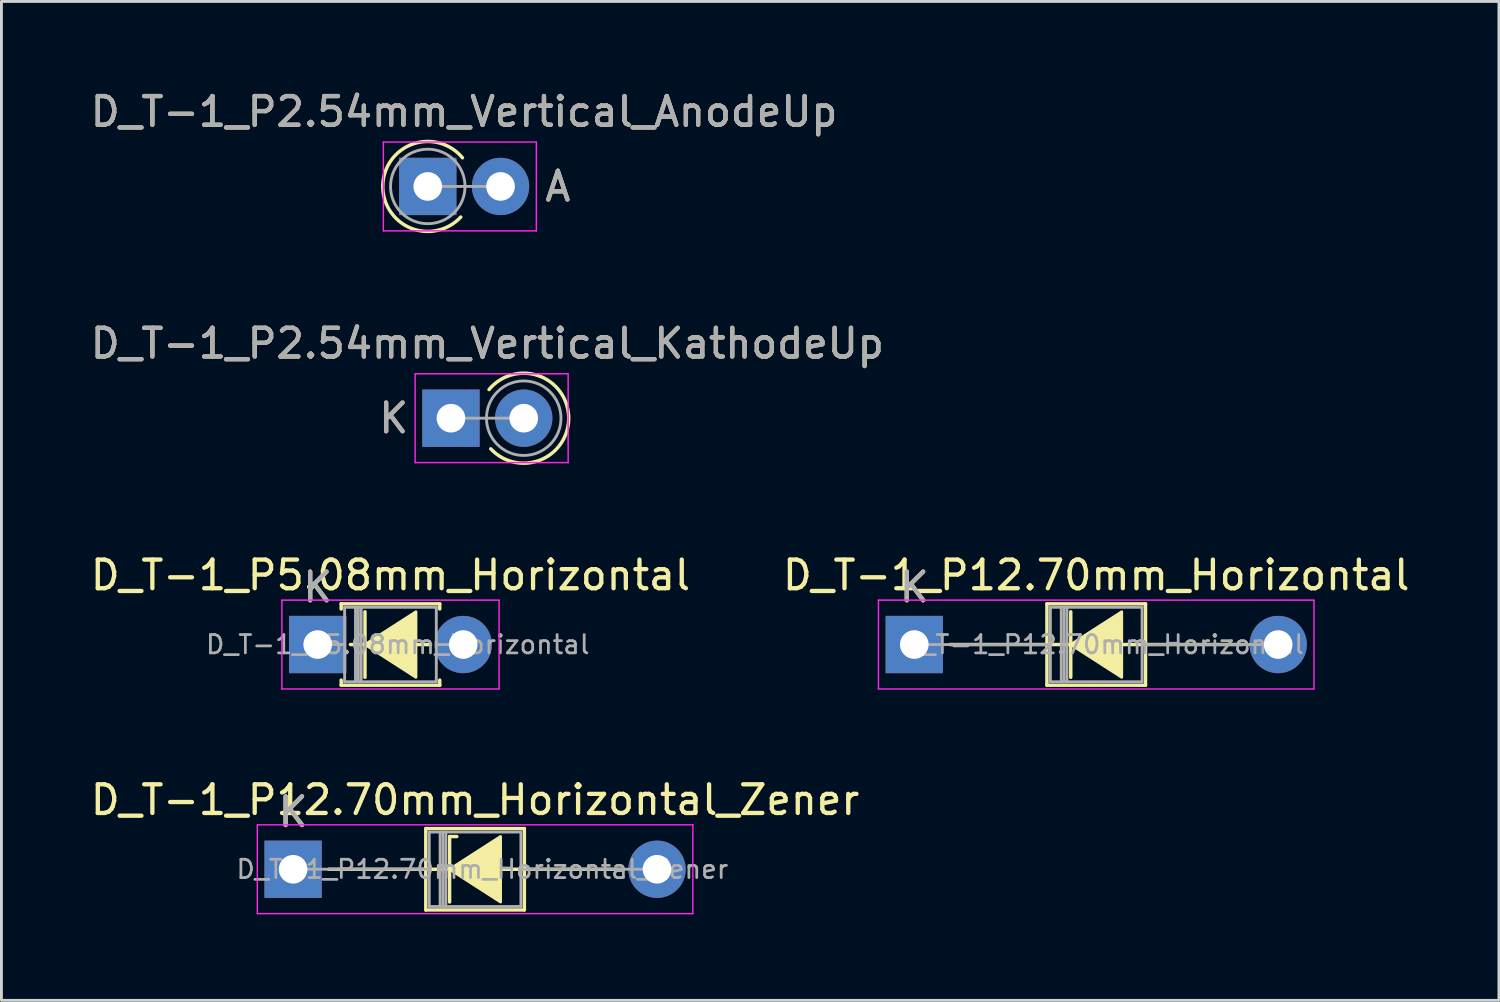
<source format=kicad_pcb>
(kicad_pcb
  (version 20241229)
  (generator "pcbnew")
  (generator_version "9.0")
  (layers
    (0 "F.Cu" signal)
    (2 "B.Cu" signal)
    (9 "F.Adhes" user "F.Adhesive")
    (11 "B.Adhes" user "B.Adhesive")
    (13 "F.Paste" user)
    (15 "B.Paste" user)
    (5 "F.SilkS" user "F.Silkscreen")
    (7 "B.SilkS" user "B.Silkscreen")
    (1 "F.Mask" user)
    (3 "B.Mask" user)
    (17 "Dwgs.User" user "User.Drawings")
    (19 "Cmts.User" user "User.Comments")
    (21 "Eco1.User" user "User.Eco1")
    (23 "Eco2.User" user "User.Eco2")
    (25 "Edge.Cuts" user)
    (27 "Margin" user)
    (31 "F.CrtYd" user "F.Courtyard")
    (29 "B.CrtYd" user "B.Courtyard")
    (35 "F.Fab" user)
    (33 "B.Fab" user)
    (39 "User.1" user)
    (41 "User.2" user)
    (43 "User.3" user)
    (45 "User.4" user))
  (footprint "D_T-1_P2.54mm_Vertical_AnodeUp"
    (layer "F.Cu")
    (at 11.879 3.457)
    (property "Reference" "D_T-1_P2.54mm_Vertical_AnodeUp" (at 1.27 -2.609 0) (layer "F.SilkS") (effects (font (size 1 1) (thickness 0.15))))
    (attr through_hole)
    (fp_arc (start 1.151253 1.067982) (mid -1.56969 -0.045178) (end 1.210772 -1) (stroke (width 0.12) (type solid)) (layer "F.SilkS"))
    (fp_line (start -1.55 -1.55) (end -1.55 1.55) (stroke (width 0.05) (type solid)) (layer "F.CrtYd"))
    (fp_line (start -1.55 1.55) (end 3.79 1.55) (stroke (width 0.05) (type solid)) (layer "F.CrtYd"))
    (fp_line (start 3.79 -1.55) (end -1.55 -1.55) (stroke (width 0.05) (type solid)) (layer "F.CrtYd"))
    (fp_line (start 3.79 1.55) (end 3.79 -1.55) (stroke (width 0.05) (type solid)) (layer "F.CrtYd"))
    (fp_line (start 0 0) (end 2.54 0) (stroke (width 0.1) (type solid)) (layer "F.Fab"))
    (fp_circle (center 0 0) (end 1.3 0) (stroke (width 0.1) (type solid)) (fill no) (layer "F.Fab"))
    (fp_text user "A" (at 4.54 0 0) (layer "F.SilkS") (effects (font (size 1 1) (thickness 0.15))))
    (fp_text user "${REFERENCE}" (at 1.27 -2.609 0) (layer "F.Fab") (effects (font (size 1 1) (thickness 0.15))))
    (fp_text user "A" (at 4.54 0 0) (layer "F.Fab") (effects (font (size 1 1) (thickness 0.15))))
    (pad "1" thru_hole rect (at 0 0) (size 2 2) (drill 1) (layers "*.Cu" "*.Mask"))
    (pad "2" thru_hole oval (at 2.54 0) (size 2 2) (drill 1) (layers "*.Cu" "*.Mask")))
  (footprint "D_T-1_P5.08mm_Horizontal"
    (layer "F.Cu")
    (at 8.037 19.444)
    (property "Reference" "D_T-1_P5.08mm_Horizontal" (at 2.54 -2.42 0) (layer "F.SilkS") (effects (font (size 1 1) (thickness 0.15))))
    (attr through_hole)
    (fp_line (start 0.82 -1.42) (end 4.26 -1.42) (stroke (width 0.12) (type solid)) (layer "F.SilkS"))
    (fp_line (start 0.82 -1.24) (end 0.82 -1.42) (stroke (width 0.12) (type solid)) (layer "F.SilkS"))
    (fp_line (start 0.82 1.24) (end 0.82 1.42) (stroke (width 0.12) (type solid)) (layer "F.SilkS"))
    (fp_line (start 0.82 1.42) (end 4.26 1.42) (stroke (width 0.12) (type solid)) (layer "F.SilkS"))
    (fp_line (start 1.651 -1.143) (end 1.651 1.143) (stroke (width 0.12) (type solid)) (layer "F.SilkS"))
    (fp_line (start 1.778 0) (end 1.143 0) (stroke (width 0.12) (type solid)) (layer "F.SilkS"))
    (fp_line (start 3.429 0) (end 3.937 0) (stroke (width 0.12) (type solid)) (layer "F.SilkS"))
    (fp_line (start 4.26 -1.42) (end 4.26 -1.24) (stroke (width 0.12) (type solid)) (layer "F.SilkS"))
    (fp_line (start 4.26 1.42) (end 4.26 1.24) (stroke (width 0.12) (type solid)) (layer "F.SilkS"))
    (fp_poly (pts (xy 3.429 1.143) (xy 1.651 0) (xy 3.429 -1.143)) (stroke (width 0.1) (type solid)) (fill yes) (layer "F.SilkS"))
    (fp_line (start -1.25 -1.55) (end -1.25 1.55) (stroke (width 0.05) (type solid)) (layer "F.CrtYd"))
    (fp_line (start -1.25 1.55) (end 6.33 1.55) (stroke (width 0.05) (type solid)) (layer "F.CrtYd"))
    (fp_line (start 6.33 -1.55) (end -1.25 -1.55) (stroke (width 0.05) (type solid)) (layer "F.CrtYd"))
    (fp_line (start 6.33 1.55) (end 6.33 -1.55) (stroke (width 0.05) (type solid)) (layer "F.CrtYd"))
    (fp_line (start 0 0) (end 0.94 0) (stroke (width 0.1) (type solid)) (layer "F.Fab"))
    (fp_line (start 0.94 -1.3) (end 0.94 1.3) (stroke (width 0.1) (type solid)) (layer "F.Fab"))
    (fp_line (start 0.94 1.3) (end 4.14 1.3) (stroke (width 0.1) (type solid)) (layer "F.Fab"))
    (fp_line (start 1.32 -1.3) (end 1.32 1.3) (stroke (width 0.1) (type solid)) (layer "F.Fab"))
    (fp_line (start 1.42 -1.3) (end 1.42 1.3) (stroke (width 0.1) (type solid)) (layer "F.Fab"))
    (fp_line (start 1.52 -1.3) (end 1.52 1.3) (stroke (width 0.1) (type solid)) (layer "F.Fab"))
    (fp_line (start 4.14 -1.3) (end 0.94 -1.3) (stroke (width 0.1) (type solid)) (layer "F.Fab"))
    (fp_line (start 4.14 1.3) (end 4.14 -1.3) (stroke (width 0.1) (type solid)) (layer "F.Fab"))
    (fp_line (start 5.08 0) (end 4.14 0) (stroke (width 0.1) (type solid)) (layer "F.Fab"))
    (fp_text user "K" (at 0 -2 0) (layer "F.SilkS") (effects (font (size 1 1) (thickness 0.15))))
    (fp_text user "${REFERENCE}" (at 2.794 0 0) (layer "F.Fab") (effects (font (size 0.64 0.64) (thickness 0.096))))
    (fp_text user "K" (at 0 -2 0) (layer "F.Fab") (effects (font (size 1 1) (thickness 0.15))))
    (pad "1" thru_hole rect (at 0 0) (size 2 2) (drill 1) (layers "*.Cu" "*.Mask"))
    (pad "2" thru_hole oval (at 5.08 0) (size 2 2) (drill 1) (layers "*.Cu" "*.Mask")))
  (footprint "D_T-1_P12.70mm_Horizontal"
    (layer "F.Cu")
    (at 28.858 19.444)
    (property "Reference" "D_T-1_P12.70mm_Horizontal" (at 6.35 -2.42 0) (layer "F.SilkS") (effects (font (size 1 1) (thickness 0.15))))
    (attr through_hole)
    (fp_line (start 1.24 0) (end 4.63 0) (stroke (width 0.12) (type solid)) (layer "F.SilkS"))
    (fp_line (start 4.63 -1.42) (end 4.63 1.42) (stroke (width 0.12) (type solid)) (layer "F.SilkS"))
    (fp_line (start 4.63 1.42) (end 8.07 1.42) (stroke (width 0.12) (type solid)) (layer "F.SilkS"))
    (fp_line (start 5.461 -1.143) (end 5.461 1.143) (stroke (width 0.12) (type solid)) (layer "F.SilkS"))
    (fp_line (start 5.588 0) (end 4.63 0) (stroke (width 0.12) (type solid)) (layer "F.SilkS"))
    (fp_line (start 7.239 0) (end 8.07 0) (stroke (width 0.12) (type solid)) (layer "F.SilkS"))
    (fp_line (start 8.07 -1.42) (end 4.63 -1.42) (stroke (width 0.12) (type solid)) (layer "F.SilkS"))
    (fp_line (start 8.07 1.42) (end 8.07 -1.42) (stroke (width 0.12) (type solid)) (layer "F.SilkS"))
    (fp_line (start 11.46 0) (end 8.07 0) (stroke (width 0.12) (type solid)) (layer "F.SilkS"))
    (fp_poly (pts (xy 7.239 1.143) (xy 5.461 0) (xy 7.239 -1.143)) (stroke (width 0.1) (type solid)) (fill yes) (layer "F.SilkS"))
    (fp_line (start -1.25 -1.55) (end -1.25 1.55) (stroke (width 0.05) (type solid)) (layer "F.CrtYd"))
    (fp_line (start -1.25 1.55) (end 13.95 1.55) (stroke (width 0.05) (type solid)) (layer "F.CrtYd"))
    (fp_line (start 13.95 -1.55) (end -1.25 -1.55) (stroke (width 0.05) (type solid)) (layer "F.CrtYd"))
    (fp_line (start 13.95 1.55) (end 13.95 -1.55) (stroke (width 0.05) (type solid)) (layer "F.CrtYd"))
    (fp_line (start 0 0) (end 4.75 0) (stroke (width 0.1) (type solid)) (layer "F.Fab"))
    (fp_line (start 4.75 -1.3) (end 4.75 1.3) (stroke (width 0.1) (type solid)) (layer "F.Fab"))
    (fp_line (start 4.75 1.3) (end 7.95 1.3) (stroke (width 0.1) (type solid)) (layer "F.Fab"))
    (fp_line (start 5.13 -1.3) (end 5.13 1.3) (stroke (width 0.1) (type solid)) (layer "F.Fab"))
    (fp_line (start 5.23 -1.3) (end 5.23 1.3) (stroke (width 0.1) (type solid)) (layer "F.Fab"))
    (fp_line (start 5.33 -1.3) (end 5.33 1.3) (stroke (width 0.1) (type solid)) (layer "F.Fab"))
    (fp_line (start 7.95 -1.3) (end 4.75 -1.3) (stroke (width 0.1) (type solid)) (layer "F.Fab"))
    (fp_line (start 7.95 1.3) (end 7.95 -1.3) (stroke (width 0.1) (type solid)) (layer "F.Fab"))
    (fp_line (start 12.7 0) (end 7.95 0) (stroke (width 0.1) (type solid)) (layer "F.Fab"))
    (fp_text user "K" (at 0 -2 0) (layer "F.SilkS") (effects (font (size 1 1) (thickness 0.15))))
    (fp_text user "${REFERENCE}" (at 6.604 0 0) (layer "F.Fab") (effects (font (size 0.64 0.64) (thickness 0.096))))
    (fp_text user "K" (at 0 -2 0) (layer "F.Fab") (effects (font (size 1 1) (thickness 0.15))))
    (pad "1" thru_hole rect (at 0 0) (size 2 2) (drill 1) (layers "*.Cu" "*.Mask"))
    (pad "2" thru_hole oval (at 12.7 0) (size 2 2) (drill 1) (layers "*.Cu" "*.Mask")))
  (footprint "D_T-1_P2.54mm_Vertical_KathodeUp"
    (layer "F.Cu")
    (at 12.688 11.545)
    (property "Reference" "D_T-1_P2.54mm_Vertical_KathodeUp" (at 1.27 -2.609 0) (layer "F.SilkS") (effects (font (size 1 1) (thickness 0.15))))
    (attr through_hole)
    (fp_arc (start 1.329228 -1) (mid 4.10969 -0.045178) (end 1.388747 1.067982) (stroke (width 0.12) (type solid)) (layer "F.SilkS"))
    (fp_line (start -1.25 -1.55) (end -1.25 1.55) (stroke (width 0.05) (type solid)) (layer "F.CrtYd"))
    (fp_line (start -1.25 1.55) (end 4.09 1.55) (stroke (width 0.05) (type solid)) (layer "F.CrtYd"))
    (fp_line (start 4.09 -1.55) (end -1.25 -1.55) (stroke (width 0.05) (type solid)) (layer "F.CrtYd"))
    (fp_line (start 4.09 1.55) (end 4.09 -1.55) (stroke (width 0.05) (type solid)) (layer "F.CrtYd"))
    (fp_line (start 0 0) (end 2.54 0) (stroke (width 0.1) (type solid)) (layer "F.Fab"))
    (fp_circle (center 2.54 0) (end 3.84 0) (stroke (width 0.1) (type solid)) (fill no) (layer "F.Fab"))
    (fp_text user "K" (at -2 0 0) (layer "F.SilkS") (effects (font (size 1 1) (thickness 0.15))))
    (fp_text user "K" (at -2 0 0) (layer "F.Fab") (effects (font (size 1 1) (thickness 0.15))))
    (fp_text user "${REFERENCE}" (at 1.27 -2.609 0) (layer "F.Fab") (effects (font (size 1 1) (thickness 0.15))))
    (pad "1" thru_hole rect (at 0 0) (size 2 2) (drill 1) (layers "*.Cu" "*.Mask"))
    (pad "2" thru_hole oval (at 2.54 0) (size 2 2) (drill 1) (layers "*.Cu" "*.Mask")))
  (footprint "D_T-1_P12.70mm_Horizontal_Zener"
    (layer "F.Cu")
    (at 7.18 27.287)
    (property "Reference" "D_T-1_P12.70mm_Horizontal_Zener" (at 6.35 -2.42 0) (layer "F.SilkS") (effects (font (size 1 1) (thickness 0.15))))
    (attr through_hole)
    (fp_line (start 1.24 0) (end 4.63 0) (stroke (width 0.12) (type solid)) (layer "F.SilkS"))
    (fp_line (start 4.63 -1.42) (end 4.63 1.42) (stroke (width 0.12) (type solid)) (layer "F.SilkS"))
    (fp_line (start 4.63 1.42) (end 8.07 1.42) (stroke (width 0.12) (type solid)) (layer "F.SilkS"))
    (fp_line (start 5.461 -1.143) (end 5.461 1.143) (stroke (width 0.12) (type solid)) (layer "F.SilkS"))
    (fp_line (start 5.461 -1.143) (end 5.715 -1.143) (stroke (width 0.12) (type solid)) (layer "F.SilkS"))
    (fp_line (start 5.588 0) (end 4.63 0) (stroke (width 0.12) (type solid)) (layer "F.SilkS"))
    (fp_line (start 7.239 0) (end 8.07 0) (stroke (width 0.12) (type solid)) (layer "F.SilkS"))
    (fp_line (start 8.07 -1.42) (end 4.63 -1.42) (stroke (width 0.12) (type solid)) (layer "F.SilkS"))
    (fp_line (start 8.07 1.42) (end 8.07 -1.42) (stroke (width 0.12) (type solid)) (layer "F.SilkS"))
    (fp_line (start 11.46 0) (end 8.07 0) (stroke (width 0.12) (type solid)) (layer "F.SilkS"))
    (fp_poly (pts (xy 7.239 1.143) (xy 5.461 0) (xy 7.239 -1.143)) (stroke (width 0.1) (type solid)) (fill yes) (layer "F.SilkS"))
    (fp_line (start -1.25 -1.55) (end -1.25 1.55) (stroke (width 0.05) (type solid)) (layer "F.CrtYd"))
    (fp_line (start -1.25 1.55) (end 13.95 1.55) (stroke (width 0.05) (type solid)) (layer "F.CrtYd"))
    (fp_line (start 13.95 -1.55) (end -1.25 -1.55) (stroke (width 0.05) (type solid)) (layer "F.CrtYd"))
    (fp_line (start 13.95 1.55) (end 13.95 -1.55) (stroke (width 0.05) (type solid)) (layer "F.CrtYd"))
    (fp_line (start 0 0) (end 4.75 0) (stroke (width 0.1) (type solid)) (layer "F.Fab"))
    (fp_line (start 4.75 -1.3) (end 4.75 1.3) (stroke (width 0.1) (type solid)) (layer "F.Fab"))
    (fp_line (start 4.75 1.3) (end 7.95 1.3) (stroke (width 0.1) (type solid)) (layer "F.Fab"))
    (fp_line (start 5.13 -1.3) (end 5.13 1.3) (stroke (width 0.1) (type solid)) (layer "F.Fab"))
    (fp_line (start 5.23 -1.3) (end 5.23 1.3) (stroke (width 0.1) (type solid)) (layer "F.Fab"))
    (fp_line (start 5.33 -1.3) (end 5.33 1.3) (stroke (width 0.1) (type solid)) (layer "F.Fab"))
    (fp_line (start 7.95 -1.3) (end 4.75 -1.3) (stroke (width 0.1) (type solid)) (layer "F.Fab"))
    (fp_line (start 7.95 1.3) (end 7.95 -1.3) (stroke (width 0.1) (type solid)) (layer "F.Fab"))
    (fp_line (start 12.7 0) (end 7.95 0) (stroke (width 0.1) (type solid)) (layer "F.Fab"))
    (fp_text user "K" (at 0 -2 0) (layer "F.SilkS") (effects (font (size 1 1) (thickness 0.15))))
    (fp_text user "K" (at 0 -2 0) (layer "F.Fab") (effects (font (size 1 1) (thickness 0.15))))
    (fp_text user "${REFERENCE}" (at 6.604 0 0) (layer "F.Fab") (effects (font (size 0.64 0.64) (thickness 0.096))))
    (pad "1" thru_hole rect (at 0 0) (size 2 2) (drill 1) (layers "*.Cu" "*.Mask"))
    (pad "2" thru_hole oval (at 12.7 0) (size 2 2) (drill 1) (layers "*.Cu" "*.Mask")))
  (gr_rect
    (start -3 -3)
    (end 49.262 31.862)
    (stroke (width 0.1) (type default))
    (fill no)
    (layer "Edge.Cuts")))
</source>
